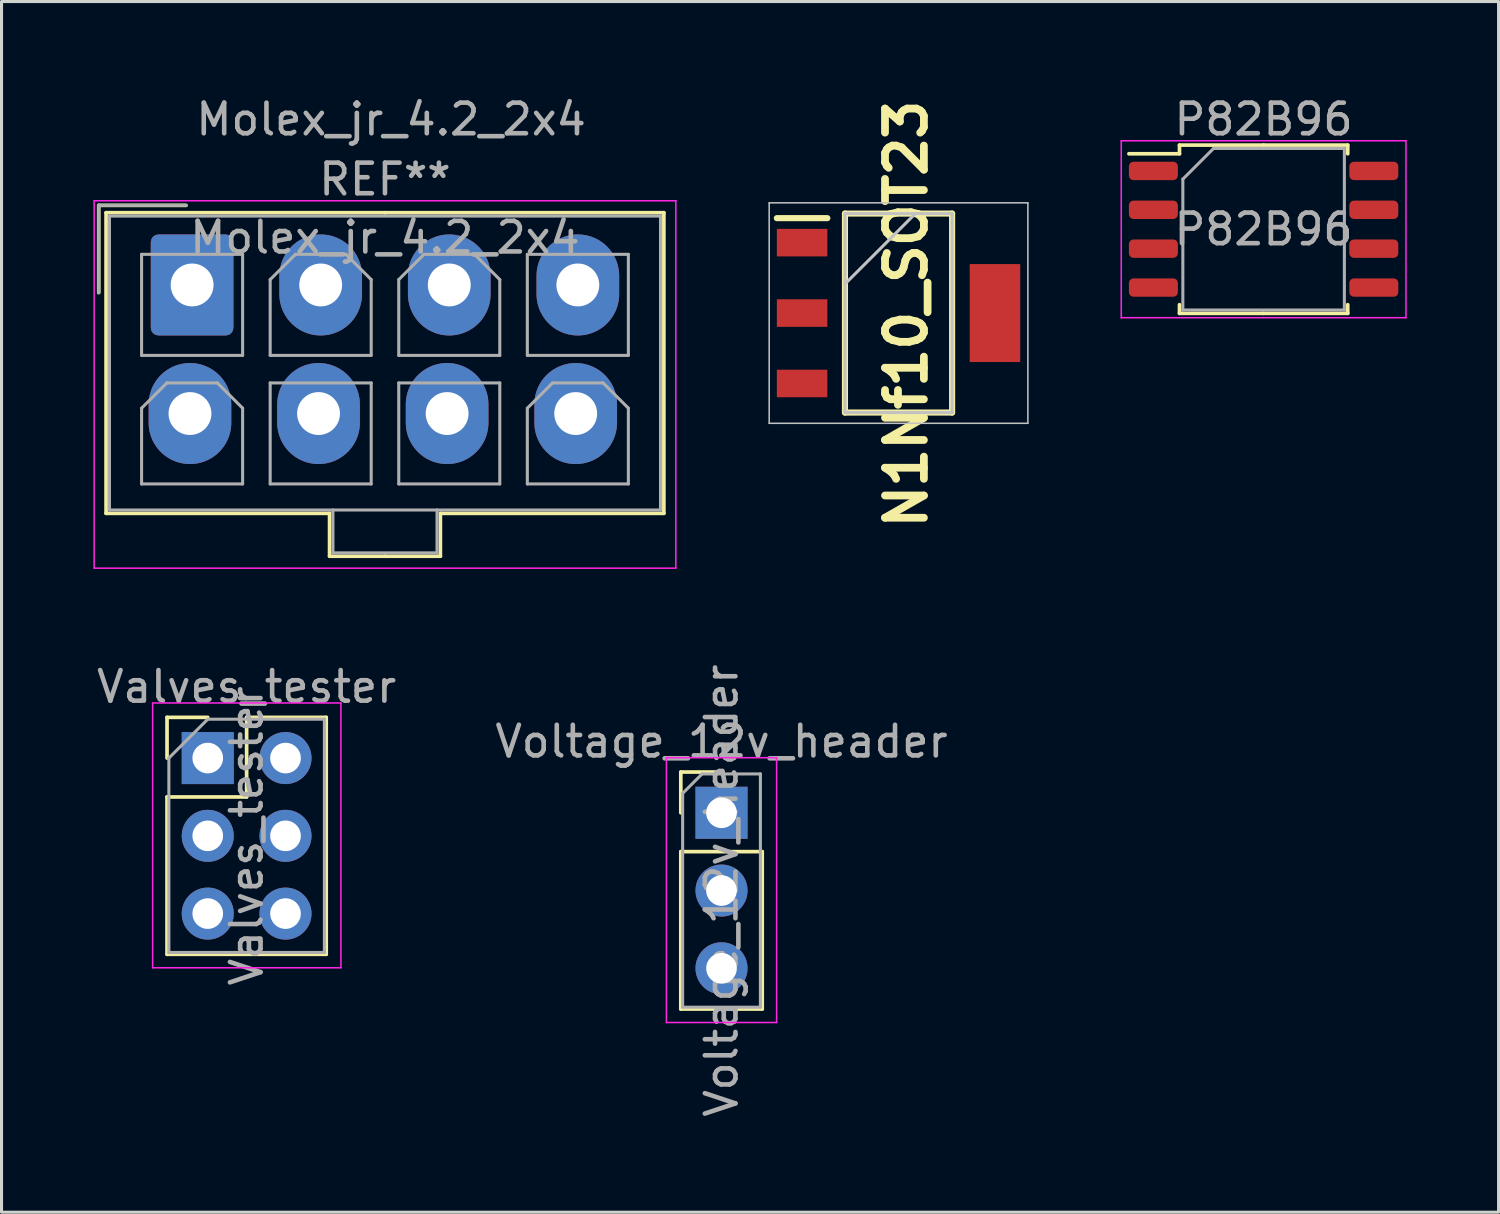
<source format=kicad_pcb>
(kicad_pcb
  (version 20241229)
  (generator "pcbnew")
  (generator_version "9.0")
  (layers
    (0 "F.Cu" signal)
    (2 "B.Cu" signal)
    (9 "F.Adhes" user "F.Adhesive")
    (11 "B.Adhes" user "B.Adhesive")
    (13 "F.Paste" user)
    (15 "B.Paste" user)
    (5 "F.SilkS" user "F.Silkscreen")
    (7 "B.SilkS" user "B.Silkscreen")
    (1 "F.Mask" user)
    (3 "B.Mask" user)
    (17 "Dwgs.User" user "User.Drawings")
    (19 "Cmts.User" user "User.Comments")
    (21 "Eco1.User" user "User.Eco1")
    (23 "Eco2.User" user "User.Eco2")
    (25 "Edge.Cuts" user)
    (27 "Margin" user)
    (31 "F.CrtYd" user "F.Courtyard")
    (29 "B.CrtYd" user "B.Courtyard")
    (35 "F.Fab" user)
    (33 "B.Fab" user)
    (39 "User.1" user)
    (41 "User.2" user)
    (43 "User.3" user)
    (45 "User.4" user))
  (footprint "Molex_jr_4.2_2x4"
    (layer "F.Cu")
    (at 9.725 0.348)
    (property "Reference" "Molex_jr_4.2_2x4" (at 0 0.5 0) (layer "F.Fab") (effects (font (size 1 1) (thickness 0.15))))
    (attr through_hole)
    (fp_line (start -9.55 3.31) (end -9.55 6.16) (stroke (width 0.12) (type solid)) (layer "F.SilkS"))
    (fp_line (start -9.31 3.55) (end -9.31 13.37) (stroke (width 0.12) (type solid)) (layer "F.SilkS"))
    (fp_line (start -9.31 13.37) (end -2.01 13.37) (stroke (width 0.12) (type solid)) (layer "F.SilkS"))
    (fp_line (start -6.7 3.31) (end -9.55 3.31) (stroke (width 0.12) (type solid)) (layer "F.SilkS"))
    (fp_line (start -2.01 13.37) (end -2.01 14.77) (stroke (width 0.12) (type solid)) (layer "F.SilkS"))
    (fp_line (start -2.01 14.77) (end -0.2 14.77) (stroke (width 0.12) (type solid)) (layer "F.SilkS"))
    (fp_line (start -0.2 3.55) (end -9.31 3.55) (stroke (width 0.12) (type solid)) (layer "F.SilkS"))
    (fp_line (start -0.2 3.55) (end 8.91 3.55) (stroke (width 0.12) (type solid)) (layer "F.SilkS"))
    (fp_line (start 1.61 13.37) (end 1.61 14.77) (stroke (width 0.12) (type solid)) (layer "F.SilkS"))
    (fp_line (start 1.61 14.77) (end -0.2 14.77) (stroke (width 0.12) (type solid)) (layer "F.SilkS"))
    (fp_line (start 8.91 3.55) (end 8.91 13.37) (stroke (width 0.12) (type solid)) (layer "F.SilkS"))
    (fp_line (start 8.91 13.37) (end 1.61 13.37) (stroke (width 0.12) (type solid)) (layer "F.SilkS"))
    (fp_line (start -9.7 3.16) (end -9.7 15.16) (stroke (width 0.05) (type solid)) (layer "F.CrtYd"))
    (fp_line (start -9.7 15.16) (end 9.3 15.16) (stroke (width 0.05) (type solid)) (layer "F.CrtYd"))
    (fp_line (start 9.3 3.16) (end -9.7 3.16) (stroke (width 0.05) (type solid)) (layer "F.CrtYd"))
    (fp_line (start 9.3 15.16) (end 9.3 3.16) (stroke (width 0.05) (type solid)) (layer "F.CrtYd"))
    (fp_line (start -9.55 3.31) (end -9.55 6.16) (stroke (width 0.1) (type solid)) (layer "F.Fab"))
    (fp_line (start -9.2 3.66) (end -9.2 13.26) (stroke (width 0.1) (type solid)) (layer "F.Fab"))
    (fp_line (start -9.2 13.26) (end 8.8 13.26) (stroke (width 0.1) (type solid)) (layer "F.Fab"))
    (fp_line (start -8.15 4.91) (end -8.15 8.21) (stroke (width 0.1) (type solid)) (layer "F.Fab"))
    (fp_line (start -8.15 8.21) (end -4.85 8.21) (stroke (width 0.1) (type solid)) (layer "F.Fab"))
    (fp_line (start -8.15 9.935) (end -7.325 9.11) (stroke (width 0.1) (type solid)) (layer "F.Fab"))
    (fp_line (start -8.15 12.41) (end -8.15 9.935) (stroke (width 0.1) (type solid)) (layer "F.Fab"))
    (fp_line (start -7.325 9.11) (end -5.675 9.11) (stroke (width 0.1) (type solid)) (layer "F.Fab"))
    (fp_line (start -6.7 3.31) (end -9.55 3.31) (stroke (width 0.1) (type solid)) (layer "F.Fab"))
    (fp_line (start -5.675 9.11) (end -4.85 9.935) (stroke (width 0.1) (type solid)) (layer "F.Fab"))
    (fp_line (start -4.85 4.91) (end -8.15 4.91) (stroke (width 0.1) (type solid)) (layer "F.Fab"))
    (fp_line (start -4.85 8.21) (end -4.85 4.91) (stroke (width 0.1) (type solid)) (layer "F.Fab"))
    (fp_line (start -4.85 9.935) (end -4.85 12.41) (stroke (width 0.1) (type solid)) (layer "F.Fab"))
    (fp_line (start -4.85 12.41) (end -8.15 12.41) (stroke (width 0.1) (type solid)) (layer "F.Fab"))
    (fp_line (start -3.95 5.735) (end -3.125 4.91) (stroke (width 0.1) (type solid)) (layer "F.Fab"))
    (fp_line (start -3.95 8.21) (end -3.95 5.735) (stroke (width 0.1) (type solid)) (layer "F.Fab"))
    (fp_line (start -3.95 9.11) (end -3.95 12.41) (stroke (width 0.1) (type solid)) (layer "F.Fab"))
    (fp_line (start -3.95 12.41) (end -0.65 12.41) (stroke (width 0.1) (type solid)) (layer "F.Fab"))
    (fp_line (start -3.125 4.91) (end -1.475 4.91) (stroke (width 0.1) (type solid)) (layer "F.Fab"))
    (fp_line (start -1.9 13.26) (end -1.9 14.66) (stroke (width 0.1) (type solid)) (layer "F.Fab"))
    (fp_line (start -1.9 14.66) (end 1.5 14.66) (stroke (width 0.1) (type solid)) (layer "F.Fab"))
    (fp_line (start -1.475 4.91) (end -0.65 5.735) (stroke (width 0.1) (type solid)) (layer "F.Fab"))
    (fp_line (start -0.65 5.735) (end -0.65 8.21) (stroke (width 0.1) (type solid)) (layer "F.Fab"))
    (fp_line (start -0.65 8.21) (end -3.95 8.21) (stroke (width 0.1) (type solid)) (layer "F.Fab"))
    (fp_line (start -0.65 9.11) (end -3.95 9.11) (stroke (width 0.1) (type solid)) (layer "F.Fab"))
    (fp_line (start -0.65 12.41) (end -0.65 9.11) (stroke (width 0.1) (type solid)) (layer "F.Fab"))
    (fp_line (start 0.25 5.735) (end 1.075 4.91) (stroke (width 0.1) (type solid)) (layer "F.Fab"))
    (fp_line (start 0.25 8.21) (end 0.25 5.735) (stroke (width 0.1) (type solid)) (layer "F.Fab"))
    (fp_line (start 0.25 9.11) (end 0.25 12.41) (stroke (width 0.1) (type solid)) (layer "F.Fab"))
    (fp_line (start 0.25 12.41) (end 3.55 12.41) (stroke (width 0.1) (type solid)) (layer "F.Fab"))
    (fp_line (start 1.075 4.91) (end 2.725 4.91) (stroke (width 0.1) (type solid)) (layer "F.Fab"))
    (fp_line (start 1.5 14.66) (end 1.5 13.26) (stroke (width 0.1) (type solid)) (layer "F.Fab"))
    (fp_line (start 2.725 4.91) (end 3.55 5.735) (stroke (width 0.1) (type solid)) (layer "F.Fab"))
    (fp_line (start 3.55 5.735) (end 3.55 8.21) (stroke (width 0.1) (type solid)) (layer "F.Fab"))
    (fp_line (start 3.55 8.21) (end 0.25 8.21) (stroke (width 0.1) (type solid)) (layer "F.Fab"))
    (fp_line (start 3.55 9.11) (end 0.25 9.11) (stroke (width 0.1) (type solid)) (layer "F.Fab"))
    (fp_line (start 3.55 12.41) (end 3.55 9.11) (stroke (width 0.1) (type solid)) (layer "F.Fab"))
    (fp_line (start 4.45 4.91) (end 4.45 8.21) (stroke (width 0.1) (type solid)) (layer "F.Fab"))
    (fp_line (start 4.45 8.21) (end 7.75 8.21) (stroke (width 0.1) (type solid)) (layer "F.Fab"))
    (fp_line (start 4.45 9.935) (end 5.275 9.11) (stroke (width 0.1) (type solid)) (layer "F.Fab"))
    (fp_line (start 4.45 12.41) (end 4.45 9.935) (stroke (width 0.1) (type solid)) (layer "F.Fab"))
    (fp_line (start 5.275 9.11) (end 6.925 9.11) (stroke (width 0.1) (type solid)) (layer "F.Fab"))
    (fp_line (start 6.925 9.11) (end 7.75 9.935) (stroke (width 0.1) (type solid)) (layer "F.Fab"))
    (fp_line (start 7.75 4.91) (end 4.45 4.91) (stroke (width 0.1) (type solid)) (layer "F.Fab"))
    (fp_line (start 7.75 8.21) (end 7.75 4.91) (stroke (width 0.1) (type solid)) (layer "F.Fab"))
    (fp_line (start 7.75 9.935) (end 7.75 12.41) (stroke (width 0.1) (type solid)) (layer "F.Fab"))
    (fp_line (start 7.75 12.41) (end 4.45 12.41) (stroke (width 0.1) (type solid)) (layer "F.Fab"))
    (fp_line (start 8.8 3.66) (end -9.2 3.66) (stroke (width 0.1) (type solid)) (layer "F.Fab"))
    (fp_line (start 8.8 13.26) (end 8.8 3.66) (stroke (width 0.1) (type solid)) (layer "F.Fab"))
    (fp_text user "${REFERENCE}" (at -0.2 4.36 0) (layer "F.Fab") (effects (font (size 1 1) (thickness 0.15))))
    (fp_text user "REF**" (at -0.2 2.46 0) (layer "F.Fab") (effects (font (size 1 1) (thickness 0.15))))
    (pad "1" thru_hole roundrect (at -6.5 5.91) (size 2.7 3.3) (drill 1.4) (layers "*.Cu" "*.Mask") (roundrect_rratio 0.093))
    (pad "2" thru_hole oval (at -2.3 5.91) (size 2.7 3.3) (drill 1.4) (layers "*.Cu" "*.Mask"))
    (pad "3" thru_hole oval (at 1.9 5.91) (size 2.7 3.3) (drill 1.4) (layers "*.Cu" "*.Mask"))
    (pad "4" thru_hole oval (at 6.1 5.91) (size 2.7 3.3) (drill 1.4) (layers "*.Cu" "*.Mask"))
    (pad "5" thru_hole oval (at -6.57 10.11) (size 2.7 3.3) (drill 1.4) (layers "*.Cu" "*.Mask"))
    (pad "6" thru_hole oval (at -2.37 10.11) (size 2.7 3.3) (drill 1.4) (layers "*.Cu" "*.Mask"))
    (pad "7" thru_hole oval (at 1.83 10.11) (size 2.7 3.3) (drill 1.4) (layers "*.Cu" "*.Mask"))
    (pad "8" thru_hole oval (at 6.03 10.11) (size 2.7 3.3) (drill 1.4) (layers "*.Cu" "*.Mask")))
  (footprint "Valves_tester"
    (layer "F.Cu")
    (at 3.736 21.712)
    (property "Reference" "Valves_tester" (at 1.27 -2.33 0) (layer "F.Fab") (effects (font (size 1 1) (thickness 0.15))))
    (attr through_hole)
    (fp_line (start -1.33 -1.33) (end 0 -1.33) (stroke (width 0.12) (type solid)) (layer "F.SilkS"))
    (fp_line (start -1.33 0) (end -1.33 -1.33) (stroke (width 0.12) (type solid)) (layer "F.SilkS"))
    (fp_line (start -1.33 1.27) (end -1.33 6.41) (stroke (width 0.12) (type solid)) (layer "F.SilkS"))
    (fp_line (start -1.33 1.27) (end 1.27 1.27) (stroke (width 0.12) (type solid)) (layer "F.SilkS"))
    (fp_line (start -1.33 6.41) (end 3.87 6.41) (stroke (width 0.12) (type solid)) (layer "F.SilkS"))
    (fp_line (start 1.27 -1.33) (end 3.87 -1.33) (stroke (width 0.12) (type solid)) (layer "F.SilkS"))
    (fp_line (start 1.27 1.27) (end 1.27 -1.33) (stroke (width 0.12) (type solid)) (layer "F.SilkS"))
    (fp_line (start 3.87 -1.33) (end 3.87 6.41) (stroke (width 0.12) (type solid)) (layer "F.SilkS"))
    (fp_line (start -1.8 -1.8) (end -1.8 6.85) (stroke (width 0.05) (type solid)) (layer "F.CrtYd"))
    (fp_line (start -1.8 6.85) (end 4.35 6.85) (stroke (width 0.05) (type solid)) (layer "F.CrtYd"))
    (fp_line (start 4.35 -1.8) (end -1.8 -1.8) (stroke (width 0.05) (type solid)) (layer "F.CrtYd"))
    (fp_line (start 4.35 6.85) (end 4.35 -1.8) (stroke (width 0.05) (type solid)) (layer "F.CrtYd"))
    (fp_line (start -1.27 0) (end 0 -1.27) (stroke (width 0.1) (type solid)) (layer "F.Fab"))
    (fp_line (start -1.27 6.35) (end -1.27 0) (stroke (width 0.1) (type solid)) (layer "F.Fab"))
    (fp_line (start 0 -1.27) (end 3.81 -1.27) (stroke (width 0.1) (type solid)) (layer "F.Fab"))
    (fp_line (start 3.81 -1.27) (end 3.81 6.35) (stroke (width 0.1) (type solid)) (layer "F.Fab"))
    (fp_line (start 3.81 6.35) (end -1.27 6.35) (stroke (width 0.1) (type solid)) (layer "F.Fab"))
    (fp_text user "${REFERENCE}" (at 1.27 2.54 90) (layer "F.Fab") (effects (font (size 1 1) (thickness 0.15))))
    (pad "1" thru_hole rect (at 0 0) (size 1.7 1.7) (drill 1) (layers "*.Cu" "*.Mask"))
    (pad "2" thru_hole oval (at 2.54 0) (size 1.7 1.7) (drill 1) (layers "*.Cu" "*.Mask"))
    (pad "3" thru_hole oval (at 0 2.54) (size 1.7 1.7) (drill 1) (layers "*.Cu" "*.Mask"))
    (pad "4" thru_hole oval (at 2.54 2.54) (size 1.7 1.7) (drill 1) (layers "*.Cu" "*.Mask"))
    (pad "5" thru_hole oval (at 0 5.08) (size 1.7 1.7) (drill 1) (layers "*.Cu" "*.Mask"))
    (pad "6" thru_hole oval (at 2.54 5.08) (size 1.7 1.7) (drill 1) (layers "*.Cu" "*.Mask")))
  (footprint "P82B96"
    (layer "F.Cu")
    (at 38.225 4.438)
    (property "Reference" "P82B96" (at 0 -3.59 0) (layer "F.Fab") (effects (font (size 1 1) (thickness 0.15))))
    (attr smd)
    (fp_line (start -2.748 -2.748) (end -2.748 -2.465) (stroke (width 0.12) (type solid)) (layer "F.SilkS"))
    (fp_line (start -2.748 -2.465) (end -4.4 -2.465) (stroke (width 0.12) (type solid)) (layer "F.SilkS"))
    (fp_line (start -2.748 2.748) (end -2.748 2.465) (stroke (width 0.12) (type solid)) (layer "F.SilkS"))
    (fp_line (start 0 -2.748) (end -2.748 -2.748) (stroke (width 0.12) (type solid)) (layer "F.SilkS"))
    (fp_line (start 0 -2.748) (end 2.748 -2.748) (stroke (width 0.12) (type solid)) (layer "F.SilkS"))
    (fp_line (start 0 2.748) (end -2.748 2.748) (stroke (width 0.12) (type solid)) (layer "F.SilkS"))
    (fp_line (start 0 2.748) (end 2.748 2.748) (stroke (width 0.12) (type solid)) (layer "F.SilkS"))
    (fp_line (start 2.748 -2.748) (end 2.748 -2.465) (stroke (width 0.12) (type solid)) (layer "F.SilkS"))
    (fp_line (start 2.748 2.748) (end 2.748 2.465) (stroke (width 0.12) (type solid)) (layer "F.SilkS"))
    (fp_line (start -4.65 -2.89) (end -4.65 2.89) (stroke (width 0.05) (type solid)) (layer "F.CrtYd"))
    (fp_line (start -4.65 2.89) (end 4.65 2.89) (stroke (width 0.05) (type solid)) (layer "F.CrtYd"))
    (fp_line (start 4.65 -2.89) (end -4.65 -2.89) (stroke (width 0.05) (type solid)) (layer "F.CrtYd"))
    (fp_line (start 4.65 2.89) (end 4.65 -2.89) (stroke (width 0.05) (type solid)) (layer "F.CrtYd"))
    (fp_line (start -2.638 -1.637) (end -1.637 -2.638) (stroke (width 0.1) (type solid)) (layer "F.Fab"))
    (fp_line (start -2.638 2.638) (end -2.638 -1.637) (stroke (width 0.1) (type solid)) (layer "F.Fab"))
    (fp_line (start -1.637 -2.638) (end 2.638 -2.638) (stroke (width 0.1) (type solid)) (layer "F.Fab"))
    (fp_line (start 2.638 -2.638) (end 2.638 2.638) (stroke (width 0.1) (type solid)) (layer "F.Fab"))
    (fp_line (start 2.638 2.638) (end -2.638 2.638) (stroke (width 0.1) (type solid)) (layer "F.Fab"))
    (fp_text user "${REFERENCE}" (at 0 0 0) (layer "F.Fab") (effects (font (size 1 1) (thickness 0.15))))
    (pad "1" smd roundrect (at -3.6 -1.905) (size 1.6 0.6) (layers "F.Cu" "F.Mask" "F.Paste") (roundrect_rratio 0.25))
    (pad "2" smd roundrect (at -3.6 -0.635) (size 1.6 0.6) (layers "F.Cu" "F.Mask" "F.Paste") (roundrect_rratio 0.25))
    (pad "3" smd roundrect (at -3.6 0.635) (size 1.6 0.6) (layers "F.Cu" "F.Mask" "F.Paste") (roundrect_rratio 0.25))
    (pad "4" smd roundrect (at -3.6 1.905) (size 1.6 0.6) (layers "F.Cu" "F.Mask" "F.Paste") (roundrect_rratio 0.25))
    (pad "5" smd roundrect (at 3.6 1.905) (size 1.6 0.6) (layers "F.Cu" "F.Mask" "F.Paste") (roundrect_rratio 0.25))
    (pad "6" smd roundrect (at 3.6 0.635) (size 1.6 0.6) (layers "F.Cu" "F.Mask" "F.Paste") (roundrect_rratio 0.25))
    (pad "7" smd roundrect (at 3.6 -0.635) (size 1.6 0.6) (layers "F.Cu" "F.Mask" "F.Paste") (roundrect_rratio 0.25))
    (pad "8" smd roundrect (at 3.6 -1.905) (size 1.6 0.6) (layers "F.Cu" "F.Mask" "F.Paste") (roundrect_rratio 0.25)))
  (footprint "N1Nf10_SOT23"
    (layer "F.Cu")
    (at 26.3 7.176)
    (property "Reference" "N1Nf10_SOT23" (at 0.254 0.033 90) (layer "F.SilkS") (effects (font (size 1.27 1.27) (thickness 0.254))))
    (attr smd)
    (fp_line (start -3.975 -3.1) (end -2.325 -3.1) (stroke (width 0.2) (type solid)) (layer "F.SilkS"))
    (fp_line (start -1.75 -3.25) (end 1.75 -3.25) (stroke (width 0.2) (type solid)) (layer "F.SilkS"))
    (fp_line (start -1.75 3.25) (end -1.75 -3.25) (stroke (width 0.2) (type solid)) (layer "F.SilkS"))
    (fp_line (start 1.75 -3.25) (end 1.75 3.25) (stroke (width 0.2) (type solid)) (layer "F.SilkS"))
    (fp_line (start 1.75 3.25) (end -1.75 3.25) (stroke (width 0.2) (type solid)) (layer "F.SilkS"))
    (fp_line (start -4.225 -3.6) (end 4.225 -3.6) (stroke (width 0.05) (type solid)) (layer "Dwgs.User"))
    (fp_line (start -4.225 3.6) (end -4.225 -3.6) (stroke (width 0.05) (type solid)) (layer "Dwgs.User"))
    (fp_line (start -1.75 -3.25) (end 1.75 -3.25) (stroke (width 0.1) (type solid)) (layer "Dwgs.User"))
    (fp_line (start -1.75 -0.95) (end 0.55 -3.25) (stroke (width 0.1) (type solid)) (layer "Dwgs.User"))
    (fp_line (start -1.75 3.25) (end -1.75 -3.25) (stroke (width 0.1) (type solid)) (layer "Dwgs.User"))
    (fp_line (start 1.75 -3.25) (end 1.75 3.25) (stroke (width 0.1) (type solid)) (layer "Dwgs.User"))
    (fp_line (start 1.75 3.25) (end -1.75 3.25) (stroke (width 0.1) (type solid)) (layer "Dwgs.User"))
    (fp_line (start 4.225 -3.6) (end 4.225 3.6) (stroke (width 0.05) (type solid)) (layer "Dwgs.User"))
    (fp_line (start 4.225 3.6) (end -4.225 3.6) (stroke (width 0.05) (type solid)) (layer "Dwgs.User"))
    (pad "1" smd rect (at -3.15 -2.3 90) (size 0.9 1.65) (layers "F.Cu" "F.Mask" "F.Paste"))
    (pad "2" smd rect (at 3.15 0) (size 1.65 3.2) (layers "F.Cu" "F.Mask" "F.Paste"))
    (pad "3" smd rect (at -3.15 2.3 90) (size 0.9 1.65) (layers "F.Cu" "F.Mask" "F.Paste"))
    (pad "4" smd rect (at -3.15 0 90) (size 0.9 1.65) (layers "F.Cu" "F.Mask" "F.Paste")))
  (footprint "Voltage_12v_header"
    (layer "F.Cu")
    (at 20.518 23.499)
    (property "Reference" "Voltage_12v_header" (at 0 -2.33 0) (layer "F.Fab") (effects (font (size 1 1) (thickness 0.15))))
    (attr through_hole)
    (fp_line (start -1.33 -1.33) (end 0 -1.33) (stroke (width 0.12) (type solid)) (layer "F.SilkS"))
    (fp_line (start -1.33 0) (end -1.33 -1.33) (stroke (width 0.12) (type solid)) (layer "F.SilkS"))
    (fp_line (start -1.33 1.27) (end -1.33 6.41) (stroke (width 0.12) (type solid)) (layer "F.SilkS"))
    (fp_line (start -1.33 1.27) (end 1.33 1.27) (stroke (width 0.12) (type solid)) (layer "F.SilkS"))
    (fp_line (start -1.33 6.41) (end 1.33 6.41) (stroke (width 0.12) (type solid)) (layer "F.SilkS"))
    (fp_line (start 1.33 1.27) (end 1.33 6.41) (stroke (width 0.12) (type solid)) (layer "F.SilkS"))
    (fp_line (start -1.8 -1.8) (end -1.8 6.85) (stroke (width 0.05) (type solid)) (layer "F.CrtYd"))
    (fp_line (start -1.8 6.85) (end 1.8 6.85) (stroke (width 0.05) (type solid)) (layer "F.CrtYd"))
    (fp_line (start 1.8 -1.8) (end -1.8 -1.8) (stroke (width 0.05) (type solid)) (layer "F.CrtYd"))
    (fp_line (start 1.8 6.85) (end 1.8 -1.8) (stroke (width 0.05) (type solid)) (layer "F.CrtYd"))
    (fp_line (start -1.27 -0.635) (end -0.635 -1.27) (stroke (width 0.1) (type solid)) (layer "F.Fab"))
    (fp_line (start -1.27 6.35) (end -1.27 -0.635) (stroke (width 0.1) (type solid)) (layer "F.Fab"))
    (fp_line (start -0.635 -1.27) (end 1.27 -1.27) (stroke (width 0.1) (type solid)) (layer "F.Fab"))
    (fp_line (start 1.27 -1.27) (end 1.27 6.35) (stroke (width 0.1) (type solid)) (layer "F.Fab"))
    (fp_line (start 1.27 6.35) (end -1.27 6.35) (stroke (width 0.1) (type solid)) (layer "F.Fab"))
    (fp_text user "${REFERENCE}" (at 0 2.54 90) (layer "F.Fab") (effects (font (size 1 1) (thickness 0.15))))
    (pad "1" thru_hole rect (at 0 0) (size 1.7 1.7) (drill 1) (layers "*.Cu" "*.Mask"))
    (pad "2" thru_hole oval (at 0 2.54) (size 1.7 1.7) (drill 1) (layers "*.Cu" "*.Mask"))
    (pad "3" thru_hole oval (at 0 5.08) (size 1.7 1.7) (drill 1) (layers "*.Cu" "*.Mask")))
  (gr_rect
    (start -3 -3)
    (end 45.9 36.545)
    (stroke (width 0.1) (type default))
    (fill no)
    (layer "Edge.Cuts")))
</source>
